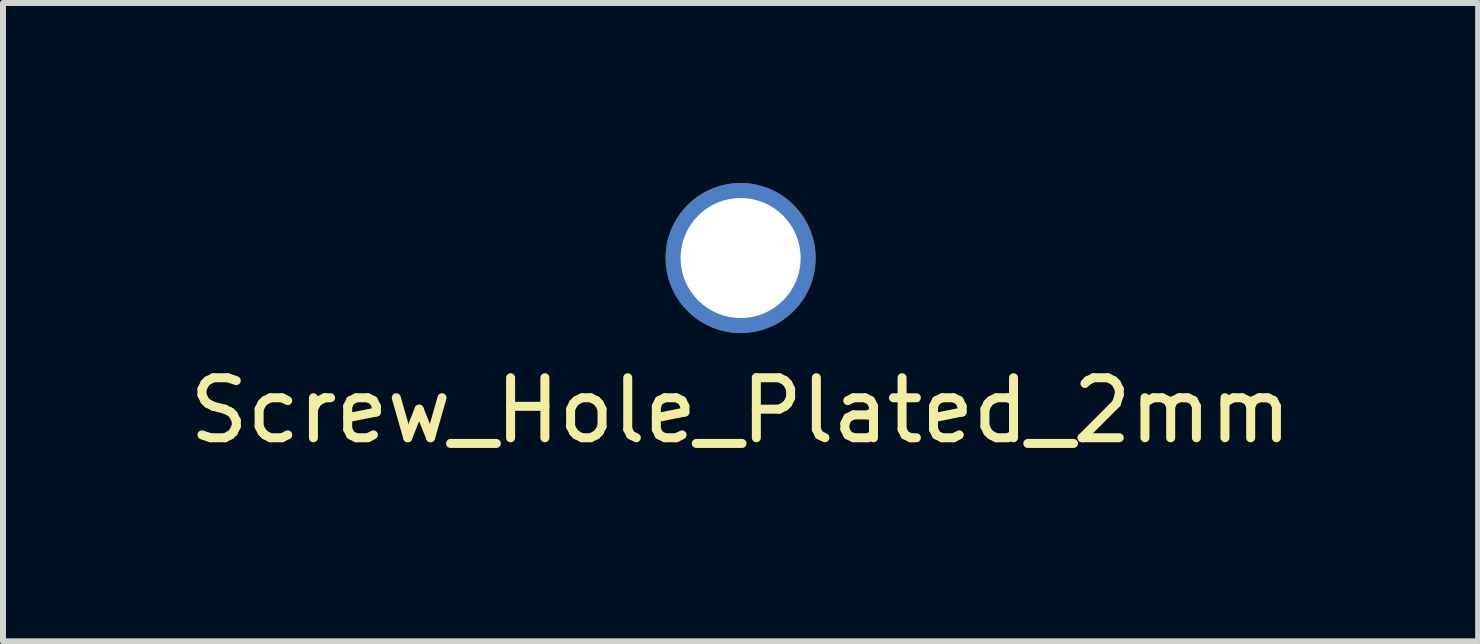
<source format=kicad_pcb>
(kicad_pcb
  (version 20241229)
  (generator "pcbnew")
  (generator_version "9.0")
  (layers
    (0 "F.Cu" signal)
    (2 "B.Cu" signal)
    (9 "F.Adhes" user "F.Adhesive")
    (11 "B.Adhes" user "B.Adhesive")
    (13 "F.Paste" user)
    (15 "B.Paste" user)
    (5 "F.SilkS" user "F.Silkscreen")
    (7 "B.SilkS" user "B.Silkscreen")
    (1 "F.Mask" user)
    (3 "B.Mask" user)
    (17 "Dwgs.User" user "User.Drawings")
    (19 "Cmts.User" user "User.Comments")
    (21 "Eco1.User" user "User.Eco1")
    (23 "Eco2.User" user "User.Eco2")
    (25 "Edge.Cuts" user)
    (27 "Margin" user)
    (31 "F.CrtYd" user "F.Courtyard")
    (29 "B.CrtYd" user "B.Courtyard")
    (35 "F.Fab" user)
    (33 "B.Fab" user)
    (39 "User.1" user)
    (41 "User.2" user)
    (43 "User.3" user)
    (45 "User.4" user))
  (footprint "Screw_Hole_Plated_2mm"
    (layer "F.Cu")
    (at 9.292 1.25)
    (property "Reference" "Screw_Hole_Plated_2mm" (at 0 2.54 0) (layer "F.SilkS") (effects (font (size 1 1) (thickness 0.15))))
    (attr through_hole)
    (pad "1" thru_hole circle (at 0 0) (size 2.5 2.5) (drill 2) (layers "*.Cu" "*.Mask")))
  (gr_rect
    (start -3 -3)
    (end 21.583 7.638)
    (stroke (width 0.1) (type default))
    (fill no)
    (layer "Edge.Cuts")))
</source>
